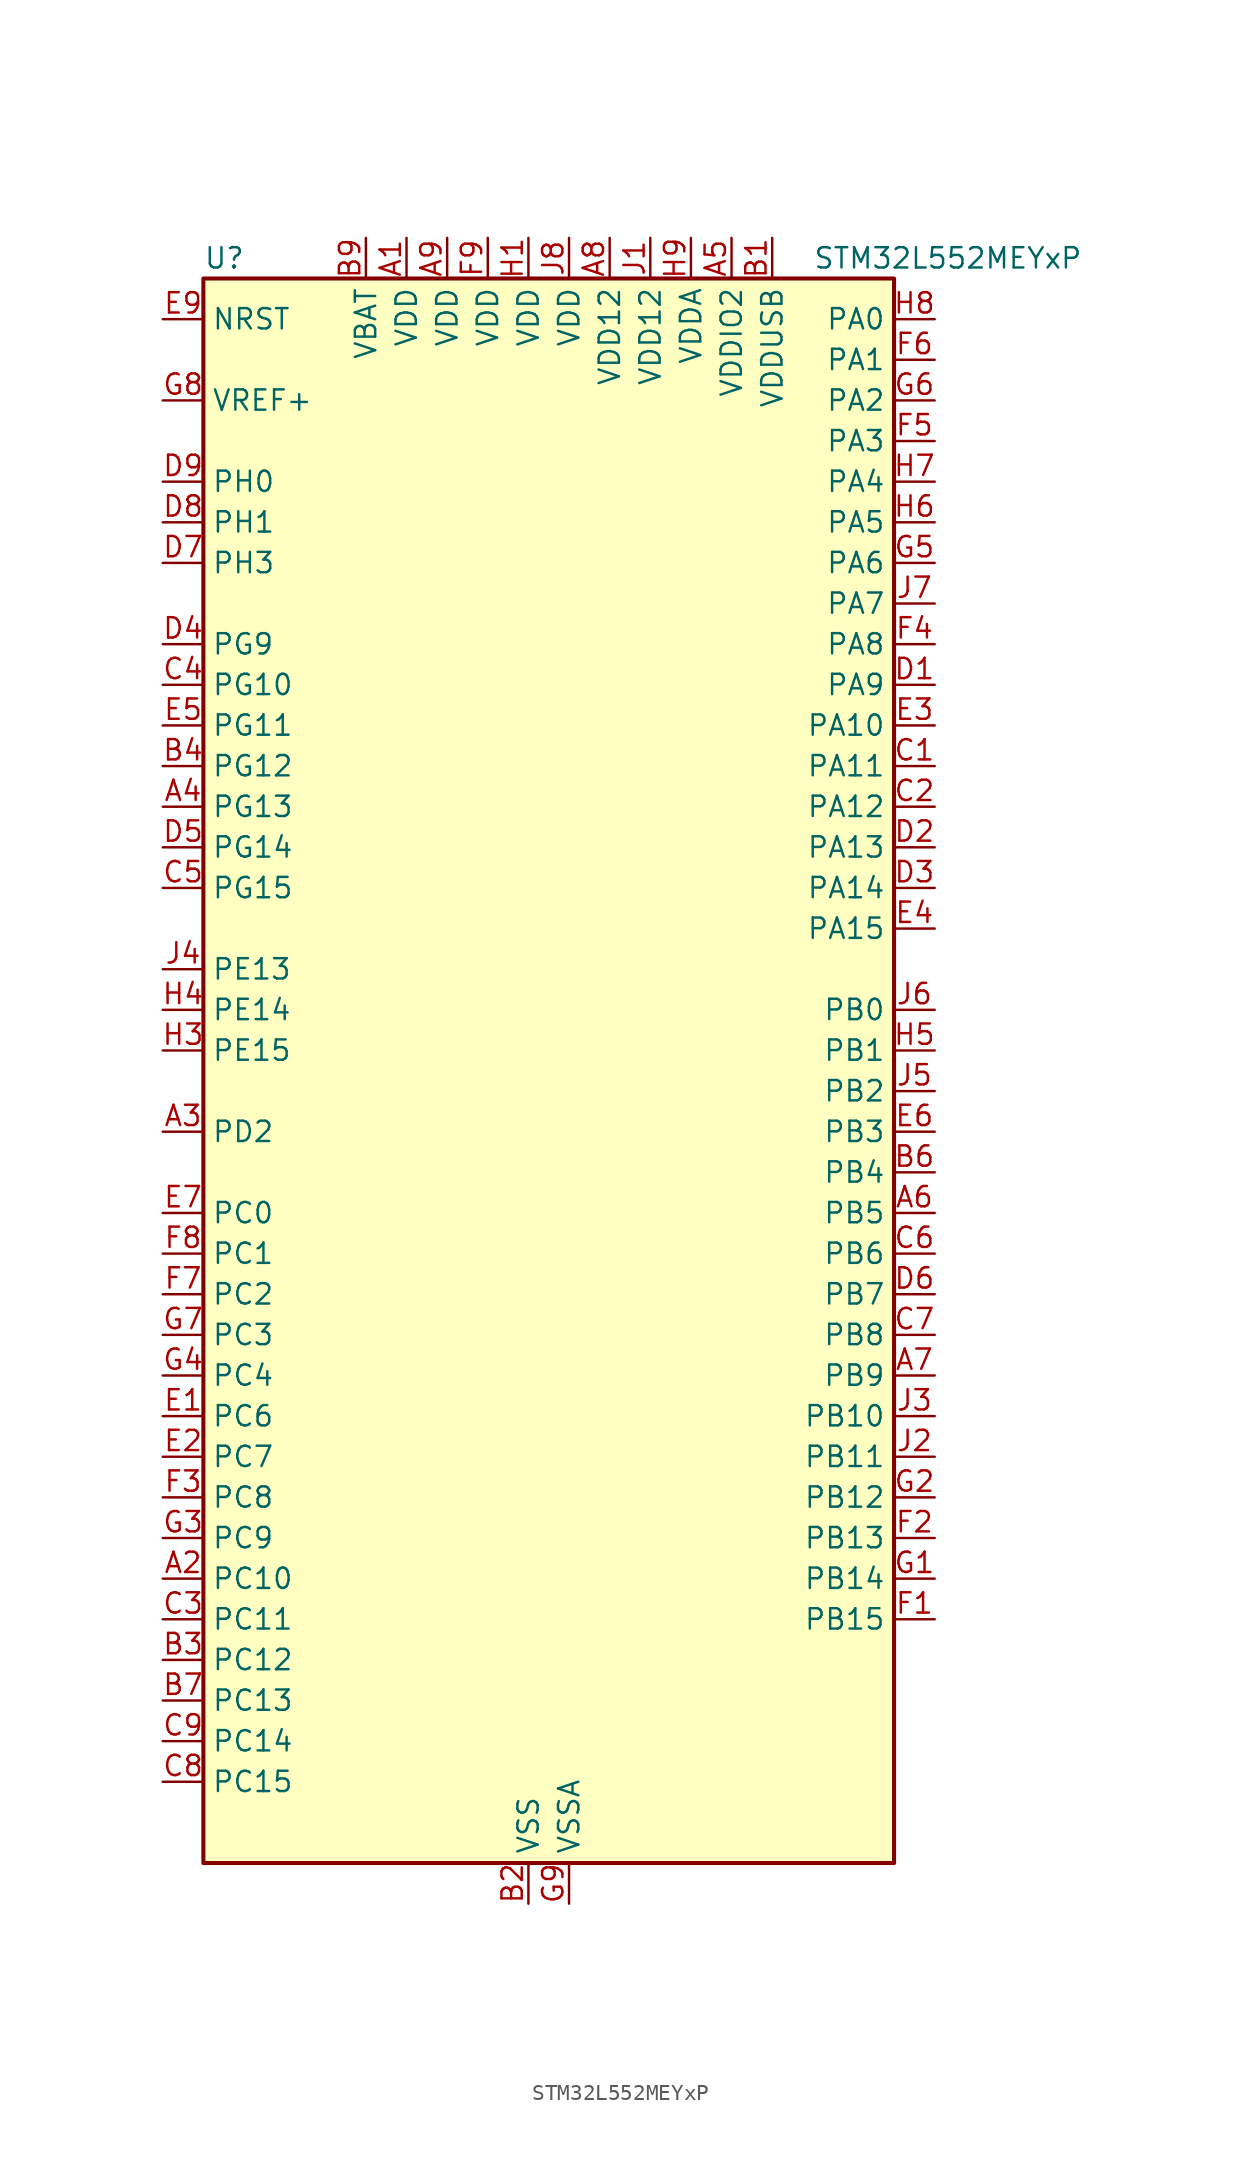
<source format=kicad_sym>
(kicad_symbol_lib
  (version 20231120)
  (generator "kicad_symbol_editor")
  (generator_version "8.0")
  (symbol "STM32L552MEYxP"
    (property "Reference" "U"
      (at -20.32 52.07 0)
      (effects (font (size 1.27 1.27)) (justify left)))
    (property "Value" "STM32L552MEYxP"
      (at 17.78 52.07 0)
      (effects (font (size 1.27 1.27)) (justify left)))
    (property "ki_locked" ""
      (at 0 0 0)
      (effects (font (size 1.27 1.27))))
    (symbol "STM32L552MEYxP_0_1"
      (rectangle (start -20.32 -48.26) (end 22.86 50.8) (stroke (width 0.254) (type default)) (fill (type background))))
    (symbol "STM32L552MEYxP_1_1"
      (pin power_in line (at -7.62 53.34 270) (length 2.54) (name "VDD" (effects (font (size 1.27 1.27)))) (number "A1" (effects (font (size 1.27 1.27)))))
      (pin bidirectional line (at -22.86 -30.48 0) (length 2.54) (name "PC10" (effects (font (size 1.27 1.27)))) (number "A2" (effects (font (size 1.27 1.27)))) (alternate "DEBUG_TRACED1" bidirectional line) (alternate "LPTIM3_ETR" bidirectional line) (alternate "SAI2_SCK_B" bidirectional line) (alternate "SDMMC1_D2" bidirectional line) (alternate "SPI3_SCK" bidirectional line) (alternate "TSC_G3_IO2" bidirectional line) (alternate "UART4_TX" bidirectional line) (alternate "USART3_TX" bidirectional line))
      (pin bidirectional line (at -22.86 -2.54 0) (length 2.54) (name "PD2" (effects (font (size 1.27 1.27)))) (number "A3" (effects (font (size 1.27 1.27)))) (alternate "DEBUG_TRACED2" bidirectional line) (alternate "SDMMC1_CMD" bidirectional line) (alternate "TIM3_ETR" bidirectional line) (alternate "TSC_SYNC" bidirectional line) (alternate "UART5_RX" bidirectional line) (alternate "USART3_DE" bidirectional line) (alternate "USART3_RTS" bidirectional line))
      (pin bidirectional line (at -22.86 17.78 0) (length 2.54) (name "PG13" (effects (font (size 1.27 1.27)))) (number "A4" (effects (font (size 1.27 1.27)))) (alternate "I2C1_SDA" bidirectional line) (alternate "USART1_CK" bidirectional line))
      (pin power_in line (at 12.7 53.34 270) (length 2.54) (name "VDDIO2" (effects (font (size 1.27 1.27)))) (number "A5" (effects (font (size 1.27 1.27)))))
      (pin bidirectional line (at 25.4 -7.62 180) (length 2.54) (name "PB5" (effects (font (size 1.27 1.27)))) (number "A6" (effects (font (size 1.27 1.27)))) (alternate "COMP2_OUT" bidirectional line) (alternate "I2C1_SMBA" bidirectional line) (alternate "LPTIM1_IN1" bidirectional line) (alternate "OCTOSPI1_NCLK" bidirectional line) (alternate "SAI1_SD_B" bidirectional line) (alternate "SPI1_MOSI" bidirectional line) (alternate "SPI3_MOSI" bidirectional line) (alternate "TIM16_BKIN" bidirectional line) (alternate "TIM3_CH2" bidirectional line) (alternate "TSC_G2_IO2" bidirectional line) (alternate "UART5_CTS" bidirectional line) (alternate "UCPD1_DBCC1" bidirectional line) (alternate "USART1_CK" bidirectional line))
      (pin bidirectional line (at 25.4 -17.78 180) (length 2.54) (name "PB9" (effects (font (size 1.27 1.27)))) (number "A7" (effects (font (size 1.27 1.27)))) (alternate "DAC1_EXTI9" bidirectional line) (alternate "FDCAN1_TX" bidirectional line) (alternate "I2C1_SDA" bidirectional line) (alternate "IR_OUT" bidirectional line) (alternate "SAI1_D2" bidirectional line) (alternate "SAI1_FS_A" bidirectional line) (alternate "SDMMC1_CDIR" bidirectional line) (alternate "SDMMC1_D5" bidirectional line) (alternate "SPI2_NSS" bidirectional line) (alternate "TIM17_CH1" bidirectional line) (alternate "TIM4_CH4" bidirectional line))
      (pin power_in line (at 5.08 53.34 270) (length 2.54) (name "VDD12" (effects (font (size 1.27 1.27)))) (number "A8" (effects (font (size 1.27 1.27)))))
      (pin power_in line (at -5.08 53.34 270) (length 2.54) (name "VDD" (effects (font (size 1.27 1.27)))) (number "A9" (effects (font (size 1.27 1.27)))))
      (pin power_in line (at 15.24 53.34 270) (length 2.54) (name "VDDUSB" (effects (font (size 1.27 1.27)))) (number "B1" (effects (font (size 1.27 1.27)))))
      (pin power_in line (at 0 -50.8 90) (length 2.54) (name "VSS" (effects (font (size 1.27 1.27)))) (number "B2" (effects (font (size 1.27 1.27)))))
      (pin bidirectional line (at -22.86 -35.56 0) (length 2.54) (name "PC12" (effects (font (size 1.27 1.27)))) (number "B3" (effects (font (size 1.27 1.27)))) (alternate "DEBUG_TRACED3" bidirectional line) (alternate "SAI2_SD_B" bidirectional line) (alternate "SDMMC1_CK" bidirectional line) (alternate "SPI3_MOSI" bidirectional line) (alternate "TSC_G3_IO4" bidirectional line) (alternate "UART5_TX" bidirectional line) (alternate "USART3_CK" bidirectional line))
      (pin bidirectional line (at -22.86 20.32 0) (length 2.54) (name "PG12" (effects (font (size 1.27 1.27)))) (number "B4" (effects (font (size 1.27 1.27)))) (alternate "LPTIM1_ETR" bidirectional line) (alternate "SAI2_SD_A" bidirectional line) (alternate "SPI3_NSS" bidirectional line) (alternate "USART1_DE" bidirectional line) (alternate "USART1_RTS" bidirectional line))
      (pin passive line (at 0 -50.8 90) (length 2.54) hide (name "VSS" (effects (font (size 1.27 1.27)))) (number "B5" (effects (font (size 1.27 1.27)))))
      (pin bidirectional line (at 25.4 -5.08 180) (length 2.54) (name "PB4" (effects (font (size 1.27 1.27)))) (number "B6" (effects (font (size 1.27 1.27)))) (alternate "COMP2_INP" bidirectional line) (alternate "DEBUG_JTRST" bidirectional line) (alternate "I2C3_SDA" bidirectional line) (alternate "SAI1_MCLK_B" bidirectional line) (alternate "SPI1_MISO" bidirectional line) (alternate "SPI3_MISO" bidirectional line) (alternate "TIM17_BKIN" bidirectional line) (alternate "TIM3_CH1" bidirectional line) (alternate "TSC_G2_IO1" bidirectional line) (alternate "UART5_DE" bidirectional line) (alternate "UART5_RTS" bidirectional line) (alternate "USART1_CTS" bidirectional line) (alternate "USART1_NSS" bidirectional line))
      (pin bidirectional line (at -22.86 -38.1 0) (length 2.54) (name "PC13" (effects (font (size 1.27 1.27)))) (number "B7" (effects (font (size 1.27 1.27)))) (alternate "PWR_WKUP2" bidirectional line) (alternate "RTC_OUT1" bidirectional line) (alternate "RTC_TS" bidirectional line) (alternate "TAMP_IN1" bidirectional line) (alternate "TAMP_OUT2" bidirectional line))
      (pin passive line (at 0 -50.8 90) (length 2.54) hide (name "VSS" (effects (font (size 1.27 1.27)))) (number "B8" (effects (font (size 1.27 1.27)))))
      (pin power_in line (at -10.16 53.34 270) (length 2.54) (name "VBAT" (effects (font (size 1.27 1.27)))) (number "B9" (effects (font (size 1.27 1.27)))))
      (pin bidirectional line (at 25.4 20.32 180) (length 2.54) (name "PA11" (effects (font (size 1.27 1.27)))) (number "C1" (effects (font (size 1.27 1.27)))) (alternate "ADC1_EXTI11" bidirectional line) (alternate "ADC2_EXTI11" bidirectional line) (alternate "FDCAN1_RX" bidirectional line) (alternate "SPI1_MISO" bidirectional line) (alternate "TIM1_BKIN2" bidirectional line) (alternate "TIM1_CH4" bidirectional line) (alternate "USART1_CTS" bidirectional line) (alternate "USART1_NSS" bidirectional line) (alternate "USB_DM" bidirectional line))
      (pin bidirectional line (at 25.4 17.78 180) (length 2.54) (name "PA12" (effects (font (size 1.27 1.27)))) (number "C2" (effects (font (size 1.27 1.27)))) (alternate "FDCAN1_TX" bidirectional line) (alternate "SPI1_MOSI" bidirectional line) (alternate "TIM1_ETR" bidirectional line) (alternate "USART1_DE" bidirectional line) (alternate "USART1_RTS" bidirectional line) (alternate "USB_DP" bidirectional line))
      (pin bidirectional line (at -22.86 -33.02 0) (length 2.54) (name "PC11" (effects (font (size 1.27 1.27)))) (number "C3" (effects (font (size 1.27 1.27)))) (alternate "ADC1_EXTI11" bidirectional line) (alternate "ADC2_EXTI11" bidirectional line) (alternate "LPTIM3_IN1" bidirectional line) (alternate "OCTOSPI1_NCS" bidirectional line) (alternate "SAI2_MCLK_B" bidirectional line) (alternate "SDMMC1_D3" bidirectional line) (alternate "SPI3_MISO" bidirectional line) (alternate "TSC_G3_IO3" bidirectional line) (alternate "UART4_RX" bidirectional line) (alternate "UCPD1_FRSTX2" bidirectional line) (alternate "USART3_RX" bidirectional line))
      (pin bidirectional line (at -22.86 25.4 0) (length 2.54) (name "PG10" (effects (font (size 1.27 1.27)))) (number "C4" (effects (font (size 1.27 1.27)))) (alternate "LPTIM1_IN1" bidirectional line) (alternate "SAI2_FS_A" bidirectional line) (alternate "SPI3_MISO" bidirectional line) (alternate "TIM15_CH1" bidirectional line) (alternate "USART1_RX" bidirectional line))
      (pin bidirectional line (at -22.86 12.7 0) (length 2.54) (name "PG15" (effects (font (size 1.27 1.27)))) (number "C5" (effects (font (size 1.27 1.27)))) (alternate "ADC1_EXTI15" bidirectional line) (alternate "ADC2_EXTI15" bidirectional line) (alternate "I2C1_SMBA" bidirectional line) (alternate "LPTIM1_OUT" bidirectional line))
      (pin bidirectional line (at 25.4 -10.16 180) (length 2.54) (name "PB6" (effects (font (size 1.27 1.27)))) (number "C6" (effects (font (size 1.27 1.27)))) (alternate "COMP2_INP" bidirectional line) (alternate "I2C1_SCL" bidirectional line) (alternate "I2C4_SCL" bidirectional line) (alternate "LPTIM1_ETR" bidirectional line) (alternate "SAI1_FS_B" bidirectional line) (alternate "TIM16_CH1N" bidirectional line) (alternate "TIM4_CH1" bidirectional line) (alternate "TIM8_BKIN2" bidirectional line) (alternate "TSC_G2_IO3" bidirectional line) (alternate "USART1_TX" bidirectional line))
      (pin bidirectional line (at 25.4 -15.24 180) (length 2.54) (name "PB8" (effects (font (size 1.27 1.27)))) (number "C7" (effects (font (size 1.27 1.27)))) (alternate "DFSDM1_CKOUT" bidirectional line) (alternate "FDCAN1_RX" bidirectional line) (alternate "I2C1_SCL" bidirectional line) (alternate "SAI1_CK1" bidirectional line) (alternate "SAI1_MCLK_A" bidirectional line) (alternate "SDMMC1_CKIN" bidirectional line) (alternate "SDMMC1_D4" bidirectional line) (alternate "TIM16_CH1" bidirectional line) (alternate "TIM4_CH3" bidirectional line))
      (pin bidirectional line (at -22.86 -43.18 0) (length 2.54) (name "PC15" (effects (font (size 1.27 1.27)))) (number "C8" (effects (font (size 1.27 1.27)))) (alternate "ADC1_EXTI15" bidirectional line) (alternate "ADC2_EXTI15" bidirectional line) (alternate "RCC_OSC32_OUT" bidirectional line))
      (pin bidirectional line (at -22.86 -40.64 0) (length 2.54) (name "PC14" (effects (font (size 1.27 1.27)))) (number "C9" (effects (font (size 1.27 1.27)))) (alternate "RCC_OSC32_IN" bidirectional line))
      (pin bidirectional line (at 25.4 25.4 180) (length 2.54) (name "PA9" (effects (font (size 1.27 1.27)))) (number "D1" (effects (font (size 1.27 1.27)))) (alternate "DAC1_EXTI9" bidirectional line) (alternate "SAI1_FS_A" bidirectional line) (alternate "SPI2_SCK" bidirectional line) (alternate "TIM15_BKIN" bidirectional line) (alternate "TIM1_CH2" bidirectional line) (alternate "USART1_TX" bidirectional line))
      (pin bidirectional line (at 25.4 15.24 180) (length 2.54) (name "PA13" (effects (font (size 1.27 1.27)))) (number "D2" (effects (font (size 1.27 1.27)))) (alternate "DEBUG_JTMS-SWDIO" bidirectional line) (alternate "IR_OUT" bidirectional line) (alternate "SAI1_SD_B" bidirectional line) (alternate "USB_NOE" bidirectional line))
      (pin bidirectional line (at 25.4 12.7 180) (length 2.54) (name "PA14" (effects (font (size 1.27 1.27)))) (number "D3" (effects (font (size 1.27 1.27)))) (alternate "DEBUG_JTCK-SWCLK" bidirectional line) (alternate "I2C1_SMBA" bidirectional line) (alternate "I2C4_SMBA" bidirectional line) (alternate "LPTIM1_OUT" bidirectional line) (alternate "SAI1_FS_B" bidirectional line))
      (pin bidirectional line (at -22.86 27.94 0) (length 2.54) (name "PG9" (effects (font (size 1.27 1.27)))) (number "D4" (effects (font (size 1.27 1.27)))) (alternate "DAC1_EXTI9" bidirectional line) (alternate "SAI2_SCK_A" bidirectional line) (alternate "SPI3_SCK" bidirectional line) (alternate "TIM15_CH1N" bidirectional line) (alternate "USART1_TX" bidirectional line))
      (pin bidirectional line (at -22.86 15.24 0) (length 2.54) (name "PG14" (effects (font (size 1.27 1.27)))) (number "D5" (effects (font (size 1.27 1.27)))) (alternate "I2C1_SCL" bidirectional line))
      (pin bidirectional line (at 25.4 -12.7 180) (length 2.54) (name "PB7" (effects (font (size 1.27 1.27)))) (number "D6" (effects (font (size 1.27 1.27)))) (alternate "COMP2_INM" bidirectional line) (alternate "I2C1_SDA" bidirectional line) (alternate "I2C4_SDA" bidirectional line) (alternate "LPTIM1_IN2" bidirectional line) (alternate "PWR_PVD_IN" bidirectional line) (alternate "TIM17_CH1N" bidirectional line) (alternate "TIM4_CH2" bidirectional line) (alternate "TIM8_BKIN" bidirectional line) (alternate "TSC_G2_IO4" bidirectional line) (alternate "UART4_CTS" bidirectional line) (alternate "USART1_RX" bidirectional line))
      (pin bidirectional line (at -22.86 33.02 0) (length 2.54) (name "PH3" (effects (font (size 1.27 1.27)))) (number "D7" (effects (font (size 1.27 1.27)))))
      (pin bidirectional line (at -22.86 35.56 0) (length 2.54) (name "PH1" (effects (font (size 1.27 1.27)))) (number "D8" (effects (font (size 1.27 1.27)))) (alternate "RCC_OSC_OUT" bidirectional line))
      (pin bidirectional line (at -22.86 38.1 0) (length 2.54) (name "PH0" (effects (font (size 1.27 1.27)))) (number "D9" (effects (font (size 1.27 1.27)))) (alternate "RCC_OSC_IN" bidirectional line))
      (pin bidirectional line (at -22.86 -20.32 0) (length 2.54) (name "PC6" (effects (font (size 1.27 1.27)))) (number "E1" (effects (font (size 1.27 1.27)))) (alternate "DFSDM1_CKIN3" bidirectional line) (alternate "SAI2_MCLK_A" bidirectional line) (alternate "SDMMC1_D0DIR" bidirectional line) (alternate "SDMMC1_D6" bidirectional line) (alternate "TIM3_CH1" bidirectional line) (alternate "TIM8_CH1" bidirectional line) (alternate "TSC_G4_IO1" bidirectional line))
      (pin bidirectional line (at -22.86 -22.86 0) (length 2.54) (name "PC7" (effects (font (size 1.27 1.27)))) (number "E2" (effects (font (size 1.27 1.27)))) (alternate "DFSDM1_DATIN3" bidirectional line) (alternate "SAI2_MCLK_B" bidirectional line) (alternate "SDMMC1_D123DIR" bidirectional line) (alternate "SDMMC1_D7" bidirectional line) (alternate "TIM3_CH2" bidirectional line) (alternate "TIM8_CH2" bidirectional line) (alternate "TSC_G4_IO2" bidirectional line))
      (pin bidirectional line (at 25.4 22.86 180) (length 2.54) (name "PA10" (effects (font (size 1.27 1.27)))) (number "E3" (effects (font (size 1.27 1.27)))) (alternate "CRS_SYNC" bidirectional line) (alternate "SAI1_D1" bidirectional line) (alternate "SAI1_SD_A" bidirectional line) (alternate "TIM17_BKIN" bidirectional line) (alternate "TIM1_CH3" bidirectional line) (alternate "USART1_RX" bidirectional line))
      (pin bidirectional line (at 25.4 10.16 180) (length 2.54) (name "PA15" (effects (font (size 1.27 1.27)))) (number "E4" (effects (font (size 1.27 1.27)))) (alternate "ADC1_EXTI15" bidirectional line) (alternate "ADC2_EXTI15" bidirectional line) (alternate "DEBUG_JTDI" bidirectional line) (alternate "SAI2_FS_B" bidirectional line) (alternate "SPI1_NSS" bidirectional line) (alternate "SPI3_NSS" bidirectional line) (alternate "TIM2_CH1" bidirectional line) (alternate "TIM2_ETR" bidirectional line) (alternate "UART4_DE" bidirectional line) (alternate "UART4_RTS" bidirectional line) (alternate "UCPD1_CC1" bidirectional line) (alternate "USART2_RX" bidirectional line) (alternate "USART3_DE" bidirectional line) (alternate "USART3_RTS" bidirectional line))
      (pin bidirectional line (at -22.86 22.86 0) (length 2.54) (name "PG11" (effects (font (size 1.27 1.27)))) (number "E5" (effects (font (size 1.27 1.27)))) (alternate "ADC1_EXTI11" bidirectional line) (alternate "ADC2_EXTI11" bidirectional line) (alternate "LPTIM1_IN2" bidirectional line) (alternate "OCTOSPI1_IO5" bidirectional line) (alternate "SAI2_MCLK_A" bidirectional line) (alternate "SPI3_MOSI" bidirectional line) (alternate "TIM15_CH2" bidirectional line) (alternate "USART1_CTS" bidirectional line) (alternate "USART1_NSS" bidirectional line))
      (pin bidirectional line (at 25.4 -2.54 180) (length 2.54) (name "PB3" (effects (font (size 1.27 1.27)))) (number "E6" (effects (font (size 1.27 1.27)))) (alternate "COMP2_INM" bidirectional line) (alternate "CRS_SYNC" bidirectional line) (alternate "DEBUG_JTDO-SWO" bidirectional line) (alternate "SAI1_SCK_B" bidirectional line) (alternate "SPI1_SCK" bidirectional line) (alternate "SPI3_SCK" bidirectional line) (alternate "TIM2_CH2" bidirectional line) (alternate "USART1_DE" bidirectional line) (alternate "USART1_RTS" bidirectional line))
      (pin bidirectional line (at -22.86 -7.62 0) (length 2.54) (name "PC0" (effects (font (size 1.27 1.27)))) (number "E7" (effects (font (size 1.27 1.27)))) (alternate "ADC1_IN1" bidirectional line) (alternate "ADC2_IN1" bidirectional line) (alternate "I2C3_SCL" bidirectional line) (alternate "LPTIM1_IN1" bidirectional line) (alternate "LPTIM2_IN1" bidirectional line) (alternate "LPUART1_RX" bidirectional line) (alternate "OCTOSPI1_IO7" bidirectional line) (alternate "SAI2_FS_A" bidirectional line) (alternate "SDMMC1_D5" bidirectional line))
      (pin passive line (at 0 -50.8 90) (length 2.54) hide (name "VSS" (effects (font (size 1.27 1.27)))) (number "E8" (effects (font (size 1.27 1.27)))))
      (pin input line (at -22.86 48.26 0) (length 2.54) (name "NRST" (effects (font (size 1.27 1.27)))) (number "E9" (effects (font (size 1.27 1.27)))))
      (pin bidirectional line (at 25.4 -33.02 180) (length 2.54) (name "PB15" (effects (font (size 1.27 1.27)))) (number "F1" (effects (font (size 1.27 1.27)))) (alternate "ADC1_EXTI15" bidirectional line) (alternate "ADC2_EXTI15" bidirectional line) (alternate "DFSDM1_CKIN2" bidirectional line) (alternate "RTC_REFIN" bidirectional line) (alternate "SAI2_SD_A" bidirectional line) (alternate "SPI2_MOSI" bidirectional line) (alternate "TIM15_CH2" bidirectional line) (alternate "TIM1_CH3N" bidirectional line) (alternate "TIM8_CH3N" bidirectional line) (alternate "UCPD1_CC2" bidirectional line))
      (pin bidirectional line (at 25.4 -27.94 180) (length 2.54) (name "PB13" (effects (font (size 1.27 1.27)))) (number "F2" (effects (font (size 1.27 1.27)))) (alternate "DFSDM1_CKIN1" bidirectional line) (alternate "I2C2_SCL" bidirectional line) (alternate "LPTIM3_IN1" bidirectional line) (alternate "LPUART1_CTS" bidirectional line) (alternate "SAI2_SCK_A" bidirectional line) (alternate "SPI2_SCK" bidirectional line) (alternate "TIM15_CH1N" bidirectional line) (alternate "TIM1_CH1N" bidirectional line) (alternate "TSC_G1_IO2" bidirectional line) (alternate "UCPD1_FRSTX2" bidirectional line) (alternate "USART3_CTS" bidirectional line) (alternate "USART3_NSS" bidirectional line))
      (pin bidirectional line (at -22.86 -25.4 0) (length 2.54) (name "PC8" (effects (font (size 1.27 1.27)))) (number "F3" (effects (font (size 1.27 1.27)))) (alternate "SDMMC1_D0" bidirectional line) (alternate "TIM3_CH3" bidirectional line) (alternate "TIM8_CH3" bidirectional line) (alternate "TSC_G4_IO3" bidirectional line))
      (pin bidirectional line (at 25.4 27.94 180) (length 2.54) (name "PA8" (effects (font (size 1.27 1.27)))) (number "F4" (effects (font (size 1.27 1.27)))) (alternate "LPTIM2_OUT" bidirectional line) (alternate "RCC_MCO" bidirectional line) (alternate "SAI1_CK2" bidirectional line) (alternate "SAI1_SCK_A" bidirectional line) (alternate "TIM1_CH1" bidirectional line) (alternate "USART1_CK" bidirectional line))
      (pin bidirectional line (at 25.4 40.64 180) (length 2.54) (name "PA3" (effects (font (size 1.27 1.27)))) (number "F5" (effects (font (size 1.27 1.27)))) (alternate "ADC1_IN8" bidirectional line) (alternate "ADC2_IN8" bidirectional line) (alternate "LPUART1_RX" bidirectional line) (alternate "OCTOSPI1_CLK" bidirectional line) (alternate "OPAMP1_VOUT" bidirectional line) (alternate "SAI1_CK1" bidirectional line) (alternate "SAI1_MCLK_A" bidirectional line) (alternate "TIM15_CH2" bidirectional line) (alternate "TIM2_CH4" bidirectional line) (alternate "TIM5_CH4" bidirectional line) (alternate "USART2_RX" bidirectional line))
      (pin bidirectional line (at 25.4 45.72 180) (length 2.54) (name "PA1" (effects (font (size 1.27 1.27)))) (number "F6" (effects (font (size 1.27 1.27)))) (alternate "ADC1_IN6" bidirectional line) (alternate "ADC2_IN6" bidirectional line) (alternate "I2C1_SMBA" bidirectional line) (alternate "OCTOSPI1_DQS" bidirectional line) (alternate "OPAMP1_VINM" bidirectional line) (alternate "SPI1_SCK" bidirectional line) (alternate "TAMP_IN5" bidirectional line) (alternate "TAMP_OUT4" bidirectional line) (alternate "TIM15_CH1N" bidirectional line) (alternate "TIM2_CH2" bidirectional line) (alternate "TIM5_CH2" bidirectional line) (alternate "UART4_RX" bidirectional line) (alternate "USART2_DE" bidirectional line) (alternate "USART2_RTS" bidirectional line))
      (pin bidirectional line (at -22.86 -12.7 0) (length 2.54) (name "PC2" (effects (font (size 1.27 1.27)))) (number "F7" (effects (font (size 1.27 1.27)))) (alternate "ADC1_IN3" bidirectional line) (alternate "ADC2_IN3" bidirectional line) (alternate "DFSDM1_CKOUT" bidirectional line) (alternate "LPTIM1_IN2" bidirectional line) (alternate "OCTOSPI1_IO5" bidirectional line) (alternate "SPI2_MISO" bidirectional line))
      (pin bidirectional line (at -22.86 -10.16 0) (length 2.54) (name "PC1" (effects (font (size 1.27 1.27)))) (number "F8" (effects (font (size 1.27 1.27)))) (alternate "ADC1_IN2" bidirectional line) (alternate "ADC2_IN2" bidirectional line) (alternate "DEBUG_TRACED0" bidirectional line) (alternate "I2C3_SDA" bidirectional line) (alternate "LPTIM1_OUT" bidirectional line) (alternate "LPUART1_TX" bidirectional line) (alternate "OCTOSPI1_IO4" bidirectional line) (alternate "SAI1_SD_A" bidirectional line) (alternate "SPI2_MOSI" bidirectional line))
      (pin power_in line (at -2.54 53.34 270) (length 2.54) (name "VDD" (effects (font (size 1.27 1.27)))) (number "F9" (effects (font (size 1.27 1.27)))))
      (pin bidirectional line (at 25.4 -30.48 180) (length 2.54) (name "PB14" (effects (font (size 1.27 1.27)))) (number "G1" (effects (font (size 1.27 1.27)))) (alternate "DFSDM1_DATIN2" bidirectional line) (alternate "I2C2_SDA" bidirectional line) (alternate "LPTIM3_ETR" bidirectional line) (alternate "SAI2_MCLK_A" bidirectional line) (alternate "SPI2_MISO" bidirectional line) (alternate "TIM15_CH1" bidirectional line) (alternate "TIM1_CH2N" bidirectional line) (alternate "TIM8_CH2N" bidirectional line) (alternate "TSC_G1_IO3" bidirectional line) (alternate "UCPD1_DBCC2" bidirectional line) (alternate "USART3_DE" bidirectional line) (alternate "USART3_RTS" bidirectional line))
      (pin bidirectional line (at 25.4 -25.4 180) (length 2.54) (name "PB12" (effects (font (size 1.27 1.27)))) (number "G2" (effects (font (size 1.27 1.27)))) (alternate "DFSDM1_DATIN1" bidirectional line) (alternate "I2C2_SMBA" bidirectional line) (alternate "LPUART1_DE" bidirectional line) (alternate "LPUART1_RTS" bidirectional line) (alternate "OCTOSPI1_NCLK" bidirectional line) (alternate "SAI2_FS_A" bidirectional line) (alternate "SPI2_NSS" bidirectional line) (alternate "TIM15_BKIN" bidirectional line) (alternate "TIM1_BKIN" bidirectional line) (alternate "TSC_G1_IO1" bidirectional line) (alternate "USART3_CK" bidirectional line))
      (pin bidirectional line (at -22.86 -27.94 0) (length 2.54) (name "PC9" (effects (font (size 1.27 1.27)))) (number "G3" (effects (font (size 1.27 1.27)))) (alternate "DAC1_EXTI9" bidirectional line) (alternate "DEBUG_TRACED0" bidirectional line) (alternate "SAI2_EXTCLK" bidirectional line) (alternate "SDMMC1_D1" bidirectional line) (alternate "TIM3_CH4" bidirectional line) (alternate "TIM8_BKIN2" bidirectional line) (alternate "TIM8_CH4" bidirectional line) (alternate "TSC_G4_IO4" bidirectional line) (alternate "USB_NOE" bidirectional line))
      (pin bidirectional line (at -22.86 -17.78 0) (length 2.54) (name "PC4" (effects (font (size 1.27 1.27)))) (number "G4" (effects (font (size 1.27 1.27)))) (alternate "ADC1_IN13" bidirectional line) (alternate "ADC2_IN13" bidirectional line) (alternate "COMP1_INM" bidirectional line) (alternate "OCTOSPI1_IO7" bidirectional line) (alternate "USART3_TX" bidirectional line))
      (pin bidirectional line (at 25.4 33.02 180) (length 2.54) (name "PA6" (effects (font (size 1.27 1.27)))) (number "G5" (effects (font (size 1.27 1.27)))) (alternate "ADC1_IN11" bidirectional line) (alternate "ADC2_IN11" bidirectional line) (alternate "LPUART1_CTS" bidirectional line) (alternate "OCTOSPI1_IO3" bidirectional line) (alternate "OPAMP2_VINP" bidirectional line) (alternate "SPI1_MISO" bidirectional line) (alternate "TIM16_CH1" bidirectional line) (alternate "TIM1_BKIN" bidirectional line) (alternate "TIM3_CH1" bidirectional line) (alternate "TIM8_BKIN" bidirectional line) (alternate "USART3_CTS" bidirectional line) (alternate "USART3_NSS" bidirectional line))
      (pin bidirectional line (at 25.4 43.18 180) (length 2.54) (name "PA2" (effects (font (size 1.27 1.27)))) (number "G6" (effects (font (size 1.27 1.27)))) (alternate "ADC1_IN7" bidirectional line) (alternate "ADC2_IN7" bidirectional line) (alternate "COMP1_INP" bidirectional line) (alternate "LPUART1_TX" bidirectional line) (alternate "OCTOSPI1_NCS" bidirectional line) (alternate "PWR_WKUP4" bidirectional line) (alternate "RCC_LSCO" bidirectional line) (alternate "SAI2_EXTCLK" bidirectional line) (alternate "TIM15_CH1" bidirectional line) (alternate "TIM2_CH3" bidirectional line) (alternate "TIM5_CH3" bidirectional line) (alternate "UCPD1_FRSTX1" bidirectional line) (alternate "USART2_TX" bidirectional line))
      (pin bidirectional line (at -22.86 -15.24 0) (length 2.54) (name "PC3" (effects (font (size 1.27 1.27)))) (number "G7" (effects (font (size 1.27 1.27)))) (alternate "ADC1_IN4" bidirectional line) (alternate "ADC2_IN4" bidirectional line) (alternate "LPTIM1_ETR" bidirectional line) (alternate "LPTIM2_ETR" bidirectional line) (alternate "LPTIM3_OUT" bidirectional line) (alternate "OCTOSPI1_IO6" bidirectional line) (alternate "SAI1_D1" bidirectional line) (alternate "SAI1_SD_A" bidirectional line) (alternate "SPI2_MOSI" bidirectional line))
      (pin input line (at -22.86 43.18 0) (length 2.54) (name "VREF+" (effects (font (size 1.27 1.27)))) (number "G8" (effects (font (size 1.27 1.27)))) (alternate "VREFBUF_OUT" bidirectional line))
      (pin power_in line (at 2.54 -50.8 90) (length 2.54) (name "VSSA" (effects (font (size 1.27 1.27)))) (number "G9" (effects (font (size 1.27 1.27)))))
      (pin power_in line (at 0 53.34 270) (length 2.54) (name "VDD" (effects (font (size 1.27 1.27)))) (number "H1" (effects (font (size 1.27 1.27)))))
      (pin passive line (at 0 -50.8 90) (length 2.54) hide (name "VSS" (effects (font (size 1.27 1.27)))) (number "H2" (effects (font (size 1.27 1.27)))))
      (pin bidirectional line (at -22.86 2.54 0) (length 2.54) (name "PE15" (effects (font (size 1.27 1.27)))) (number "H3" (effects (font (size 1.27 1.27)))) (alternate "ADC1_EXTI15" bidirectional line) (alternate "ADC2_EXTI15" bidirectional line) (alternate "OCTOSPI1_IO3" bidirectional line) (alternate "SPI1_MOSI" bidirectional line) (alternate "TIM1_BKIN" bidirectional line))
      (pin bidirectional line (at -22.86 5.08 0) (length 2.54) (name "PE14" (effects (font (size 1.27 1.27)))) (number "H4" (effects (font (size 1.27 1.27)))) (alternate "OCTOSPI1_IO2" bidirectional line) (alternate "SPI1_MISO" bidirectional line) (alternate "TIM1_BKIN2" bidirectional line) (alternate "TIM1_CH4" bidirectional line))
      (pin bidirectional line (at 25.4 2.54 180) (length 2.54) (name "PB1" (effects (font (size 1.27 1.27)))) (number "H5" (effects (font (size 1.27 1.27)))) (alternate "ADC1_IN16" bidirectional line) (alternate "ADC2_IN16" bidirectional line) (alternate "COMP1_INM" bidirectional line) (alternate "DFSDM1_DATIN0" bidirectional line) (alternate "LPTIM2_IN1" bidirectional line) (alternate "LPUART1_DE" bidirectional line) (alternate "LPUART1_RTS" bidirectional line) (alternate "OCTOSPI1_IO0" bidirectional line) (alternate "TIM1_CH3N" bidirectional line) (alternate "TIM3_CH4" bidirectional line) (alternate "TIM8_CH3N" bidirectional line) (alternate "USART3_DE" bidirectional line) (alternate "USART3_RTS" bidirectional line))
      (pin bidirectional line (at 25.4 35.56 180) (length 2.54) (name "PA5" (effects (font (size 1.27 1.27)))) (number "H6" (effects (font (size 1.27 1.27)))) (alternate "ADC1_IN10" bidirectional line) (alternate "ADC2_IN10" bidirectional line) (alternate "DAC1_OUT2" bidirectional line) (alternate "LPTIM2_ETR" bidirectional line) (alternate "SPI1_SCK" bidirectional line) (alternate "TIM2_CH1" bidirectional line) (alternate "TIM2_ETR" bidirectional line) (alternate "TIM8_CH1N" bidirectional line))
      (pin bidirectional line (at 25.4 38.1 180) (length 2.54) (name "PA4" (effects (font (size 1.27 1.27)))) (number "H7" (effects (font (size 1.27 1.27)))) (alternate "ADC1_IN9" bidirectional line) (alternate "ADC2_IN9" bidirectional line) (alternate "DAC1_OUT1" bidirectional line) (alternate "LPTIM2_OUT" bidirectional line) (alternate "OCTOSPI1_NCS" bidirectional line) (alternate "SAI1_FS_B" bidirectional line) (alternate "SPI1_NSS" bidirectional line) (alternate "SPI3_NSS" bidirectional line) (alternate "USART2_CK" bidirectional line))
      (pin bidirectional line (at 25.4 48.26 180) (length 2.54) (name "PA0" (effects (font (size 1.27 1.27)))) (number "H8" (effects (font (size 1.27 1.27)))) (alternate "ADC1_IN5" bidirectional line) (alternate "ADC2_IN5" bidirectional line) (alternate "OPAMP1_VINP" bidirectional line) (alternate "PWR_WKUP1" bidirectional line) (alternate "SAI1_EXTCLK" bidirectional line) (alternate "TAMP_IN2" bidirectional line) (alternate "TAMP_OUT1" bidirectional line) (alternate "TIM2_CH1" bidirectional line) (alternate "TIM2_ETR" bidirectional line) (alternate "TIM5_CH1" bidirectional line) (alternate "TIM8_ETR" bidirectional line) (alternate "UART4_TX" bidirectional line) (alternate "USART2_CTS" bidirectional line) (alternate "USART2_NSS" bidirectional line))
      (pin power_in line (at 10.16 53.34 270) (length 2.54) (name "VDDA" (effects (font (size 1.27 1.27)))) (number "H9" (effects (font (size 1.27 1.27)))))
      (pin power_in line (at 7.62 53.34 270) (length 2.54) (name "VDD12" (effects (font (size 1.27 1.27)))) (number "J1" (effects (font (size 1.27 1.27)))))
      (pin bidirectional line (at 25.4 -22.86 180) (length 2.54) (name "PB11" (effects (font (size 1.27 1.27)))) (number "J2" (effects (font (size 1.27 1.27)))) (alternate "ADC1_EXTI11" bidirectional line) (alternate "ADC2_EXTI11" bidirectional line) (alternate "COMP2_OUT" bidirectional line) (alternate "I2C2_SDA" bidirectional line) (alternate "I2C4_SDA" bidirectional line) (alternate "LPUART1_TX" bidirectional line) (alternate "OCTOSPI1_NCS" bidirectional line) (alternate "TIM2_CH4" bidirectional line) (alternate "USART3_RX" bidirectional line))
      (pin bidirectional line (at 25.4 -20.32 180) (length 2.54) (name "PB10" (effects (font (size 1.27 1.27)))) (number "J3" (effects (font (size 1.27 1.27)))) (alternate "COMP1_OUT" bidirectional line) (alternate "I2C2_SCL" bidirectional line) (alternate "I2C4_SCL" bidirectional line) (alternate "LPTIM3_OUT" bidirectional line) (alternate "LPUART1_RX" bidirectional line) (alternate "OCTOSPI1_CLK" bidirectional line) (alternate "SAI1_SCK_A" bidirectional line) (alternate "SPI2_SCK" bidirectional line) (alternate "TIM2_CH3" bidirectional line) (alternate "TSC_SYNC" bidirectional line) (alternate "USART3_TX" bidirectional line))
      (pin bidirectional line (at -22.86 7.62 0) (length 2.54) (name "PE13" (effects (font (size 1.27 1.27)))) (number "J4" (effects (font (size 1.27 1.27)))) (alternate "OCTOSPI1_IO1" bidirectional line) (alternate "SPI1_SCK" bidirectional line) (alternate "TIM1_CH3" bidirectional line) (alternate "TSC_G5_IO4" bidirectional line))
      (pin bidirectional line (at 25.4 0 180) (length 2.54) (name "PB2" (effects (font (size 1.27 1.27)))) (number "J5" (effects (font (size 1.27 1.27)))) (alternate "COMP1_INP" bidirectional line) (alternate "DFSDM1_CKIN0" bidirectional line) (alternate "I2C3_SMBA" bidirectional line) (alternate "LPTIM1_OUT" bidirectional line) (alternate "OCTOSPI1_DQS" bidirectional line) (alternate "RTC_OUT2" bidirectional line) (alternate "UCPD1_FRSTX1" bidirectional line))
      (pin bidirectional line (at 25.4 5.08 180) (length 2.54) (name "PB0" (effects (font (size 1.27 1.27)))) (number "J6" (effects (font (size 1.27 1.27)))) (alternate "ADC1_IN15" bidirectional line) (alternate "ADC2_IN15" bidirectional line) (alternate "COMP1_OUT" bidirectional line) (alternate "OCTOSPI1_IO1" bidirectional line) (alternate "OPAMP2_VOUT" bidirectional line) (alternate "SAI1_EXTCLK" bidirectional line) (alternate "SPI1_NSS" bidirectional line) (alternate "TIM1_CH2N" bidirectional line) (alternate "TIM3_CH3" bidirectional line) (alternate "TIM8_CH2N" bidirectional line) (alternate "USART3_CK" bidirectional line))
      (pin bidirectional line (at 25.4 30.48 180) (length 2.54) (name "PA7" (effects (font (size 1.27 1.27)))) (number "J7" (effects (font (size 1.27 1.27)))) (alternate "ADC1_IN12" bidirectional line) (alternate "ADC2_IN12" bidirectional line) (alternate "I2C3_SCL" bidirectional line) (alternate "OCTOSPI1_IO2" bidirectional line) (alternate "OPAMP2_VINM" bidirectional line) (alternate "SPI1_MOSI" bidirectional line) (alternate "TIM17_CH1" bidirectional line) (alternate "TIM1_CH1N" bidirectional line) (alternate "TIM3_CH2" bidirectional line) (alternate "TIM8_CH1N" bidirectional line))
      (pin power_in line (at 2.54 53.34 270) (length 2.54) (name "VDD" (effects (font (size 1.27 1.27)))) (number "J8" (effects (font (size 1.27 1.27)))))
      (pin passive line (at 0 -50.8 90) (length 2.54) hide (name "VSS" (effects (font (size 1.27 1.27)))) (number "J9" (effects (font (size 1.27 1.27))))))))
</source>
